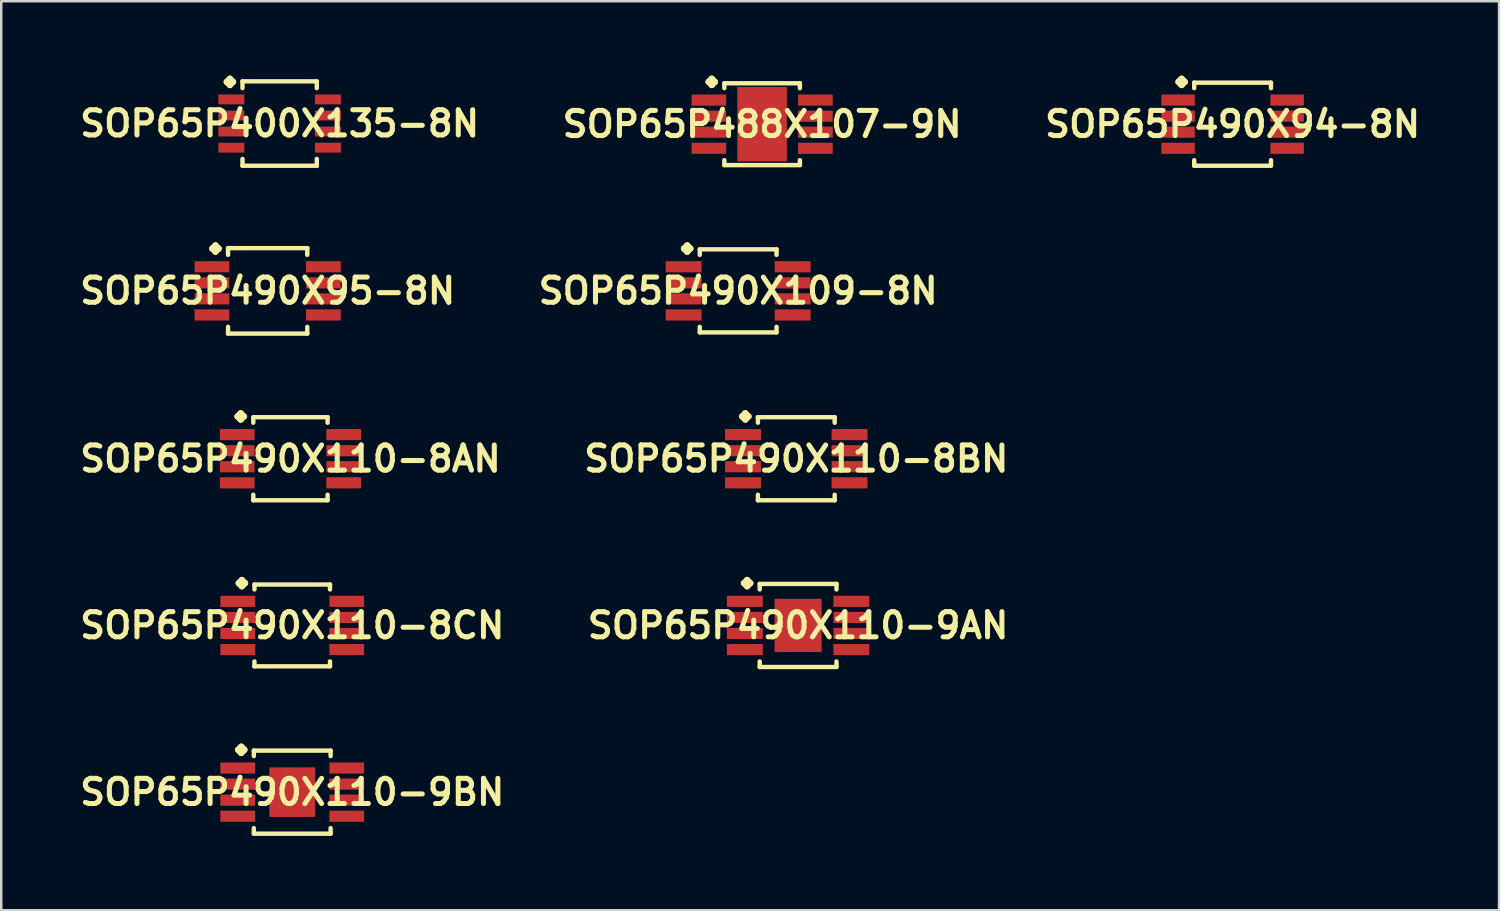
<source format=kicad_pcb>
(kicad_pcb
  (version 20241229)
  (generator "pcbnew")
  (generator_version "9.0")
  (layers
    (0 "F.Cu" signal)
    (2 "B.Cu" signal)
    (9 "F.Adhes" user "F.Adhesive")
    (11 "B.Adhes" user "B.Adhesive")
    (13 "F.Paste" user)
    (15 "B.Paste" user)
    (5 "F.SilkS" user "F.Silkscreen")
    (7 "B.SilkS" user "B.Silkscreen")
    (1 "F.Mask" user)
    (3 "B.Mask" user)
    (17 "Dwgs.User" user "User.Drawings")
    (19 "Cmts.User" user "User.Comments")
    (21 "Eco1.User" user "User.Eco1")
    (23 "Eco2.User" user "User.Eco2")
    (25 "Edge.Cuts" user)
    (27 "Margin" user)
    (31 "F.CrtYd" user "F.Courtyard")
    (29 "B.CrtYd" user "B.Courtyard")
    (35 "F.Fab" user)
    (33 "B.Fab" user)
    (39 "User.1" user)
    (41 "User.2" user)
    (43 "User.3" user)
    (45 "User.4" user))
  (footprint "SOP65P490X110-9AN"
    (layer "F.Cu")
    (at 29.155 22.188)
    (property "Reference" "SOP65P490X110-9AN" (at 0 0 0) (layer "F.SilkS") (effects (font (size 1.016 1.016) (thickness 0.203))))
    (attr smd)
    (fp_line (start -2.184 -1.707) (end -2.057 -1.834) (stroke (width 0.254) (type solid)) (layer "F.SilkS"))
    (fp_line (start -2.057 -1.834) (end -1.93 -1.707) (stroke (width 0.254) (type solid)) (layer "F.SilkS"))
    (fp_line (start -2.057 -1.58) (end -2.184 -1.707) (stroke (width 0.254) (type solid)) (layer "F.SilkS"))
    (fp_line (start -1.93 -1.707) (end -2.057 -1.58) (stroke (width 0.254) (type solid)) (layer "F.SilkS"))
    (fp_line (start -1.549 -1.676) (end 1.549 -1.676) (stroke (width 0.178) (type solid)) (layer "F.SilkS"))
    (fp_line (start -1.549 -1.453) (end -1.549 -1.676) (stroke (width 0.178) (type solid)) (layer "F.SilkS"))
    (fp_line (start -1.549 1.453) (end -1.549 1.676) (stroke (width 0.178) (type solid)) (layer "F.SilkS"))
    (fp_line (start -1.549 1.676) (end 1.549 1.676) (stroke (width 0.178) (type solid)) (layer "F.SilkS"))
    (fp_line (start 1.549 -1.676) (end 1.549 -1.453) (stroke (width 0.178) (type solid)) (layer "F.SilkS"))
    (fp_line (start 1.549 1.676) (end 1.549 1.453) (stroke (width 0.178) (type solid)) (layer "F.SilkS"))
    (pad "1" smd rect (at -2.149 -0.973) (size 1.448 0.45) (layers "F.Cu" "F.Mask" "F.Paste"))
    (pad "2" smd rect (at -2.149 -0.323) (size 1.448 0.45) (layers "F.Cu" "F.Mask" "F.Paste"))
    (pad "3" smd rect (at -2.149 0.323) (size 1.448 0.45) (layers "F.Cu" "F.Mask" "F.Paste"))
    (pad "4" smd rect (at -2.149 0.973) (size 1.448 0.45) (layers "F.Cu" "F.Mask" "F.Paste"))
    (pad "5" smd rect (at 2.149 0.973) (size 1.448 0.45) (layers "F.Cu" "F.Mask" "F.Paste"))
    (pad "6" smd rect (at 2.149 0.323) (size 1.448 0.45) (layers "F.Cu" "F.Mask" "F.Paste"))
    (pad "7" smd rect (at 2.149 -0.323) (size 1.448 0.45) (layers "F.Cu" "F.Mask" "F.Paste"))
    (pad "8" smd rect (at 2.149 -0.973) (size 1.448 0.45) (layers "F.Cu" "F.Mask" "F.Paste"))
    (pad "9" smd rect (at 0 0) (size 1.9 2.149) (layers "F.Cu" "F.Mask" "F.Paste")))
  (footprint "SOP65P490X110-8CN"
    (layer "F.Cu")
    (at 8.742 22.188)
    (property "Reference" "SOP65P490X110-8CN" (at 0 0 0) (layer "F.SilkS") (effects (font (size 1.016 1.016) (thickness 0.203))))
    (attr smd)
    (fp_line (start -2.159 -1.707) (end -2.032 -1.834) (stroke (width 0.254) (type solid)) (layer "F.SilkS"))
    (fp_line (start -2.032 -1.834) (end -1.905 -1.707) (stroke (width 0.254) (type solid)) (layer "F.SilkS"))
    (fp_line (start -2.032 -1.58) (end -2.159 -1.707) (stroke (width 0.254) (type solid)) (layer "F.SilkS"))
    (fp_line (start -1.905 -1.707) (end -2.032 -1.58) (stroke (width 0.254) (type solid)) (layer "F.SilkS"))
    (fp_line (start -1.524 -1.651) (end 1.524 -1.651) (stroke (width 0.178) (type solid)) (layer "F.SilkS"))
    (fp_line (start -1.524 -1.453) (end -1.524 -1.651) (stroke (width 0.178) (type solid)) (layer "F.SilkS"))
    (fp_line (start -1.524 1.453) (end -1.524 1.651) (stroke (width 0.178) (type solid)) (layer "F.SilkS"))
    (fp_line (start -1.524 1.651) (end 1.524 1.651) (stroke (width 0.178) (type solid)) (layer "F.SilkS"))
    (fp_line (start 1.524 -1.651) (end 1.524 -1.453) (stroke (width 0.178) (type solid)) (layer "F.SilkS"))
    (fp_line (start 1.524 1.651) (end 1.524 1.453) (stroke (width 0.178) (type solid)) (layer "F.SilkS"))
    (pad "1" smd rect (at -2.2 -0.973) (size 1.4 0.45) (layers "F.Cu" "F.Mask" "F.Paste"))
    (pad "2" smd rect (at -2.2 -0.323) (size 1.4 0.45) (layers "F.Cu" "F.Mask" "F.Paste"))
    (pad "3" smd rect (at -2.2 0.323) (size 1.4 0.45) (layers "F.Cu" "F.Mask" "F.Paste"))
    (pad "4" smd rect (at -2.2 0.973) (size 1.4 0.45) (layers "F.Cu" "F.Mask" "F.Paste"))
    (pad "5" smd rect (at 2.2 0.973) (size 1.4 0.45) (layers "F.Cu" "F.Mask" "F.Paste"))
    (pad "6" smd rect (at 2.2 0.323) (size 1.4 0.45) (layers "F.Cu" "F.Mask" "F.Paste"))
    (pad "7" smd rect (at 2.2 -0.323) (size 1.4 0.45) (layers "F.Cu" "F.Mask" "F.Paste"))
    (pad "8" smd rect (at 2.2 -0.973) (size 1.4 0.45) (layers "F.Cu" "F.Mask" "F.Paste")))
  (footprint "SOP65P490X110-9BN"
    (layer "F.Cu")
    (at 8.742 28.914)
    (property "Reference" "SOP65P490X110-9BN" (at 0 0 0) (layer "F.SilkS") (effects (font (size 1.016 1.016) (thickness 0.203))))
    (attr smd)
    (fp_line (start -2.184 -1.707) (end -2.057 -1.834) (stroke (width 0.254) (type solid)) (layer "F.SilkS"))
    (fp_line (start -2.057 -1.834) (end -1.93 -1.707) (stroke (width 0.254) (type solid)) (layer "F.SilkS"))
    (fp_line (start -2.057 -1.58) (end -2.184 -1.707) (stroke (width 0.254) (type solid)) (layer "F.SilkS"))
    (fp_line (start -1.93 -1.707) (end -2.057 -1.58) (stroke (width 0.254) (type solid)) (layer "F.SilkS"))
    (fp_line (start -1.549 -1.676) (end 1.549 -1.676) (stroke (width 0.178) (type solid)) (layer "F.SilkS"))
    (fp_line (start -1.549 -1.453) (end -1.549 -1.676) (stroke (width 0.178) (type solid)) (layer "F.SilkS"))
    (fp_line (start -1.549 1.453) (end -1.549 1.676) (stroke (width 0.178) (type solid)) (layer "F.SilkS"))
    (fp_line (start -1.549 1.676) (end 1.549 1.676) (stroke (width 0.178) (type solid)) (layer "F.SilkS"))
    (fp_line (start 1.549 -1.676) (end 1.549 -1.453) (stroke (width 0.178) (type solid)) (layer "F.SilkS"))
    (fp_line (start 1.549 1.676) (end 1.549 1.453) (stroke (width 0.178) (type solid)) (layer "F.SilkS"))
    (pad "1" smd rect (at -2.2 -0.973) (size 1.4 0.45) (layers "F.Cu" "F.Mask" "F.Paste"))
    (pad "2" smd rect (at -2.2 -0.323) (size 1.4 0.45) (layers "F.Cu" "F.Mask" "F.Paste"))
    (pad "3" smd rect (at -2.2 0.323) (size 1.4 0.45) (layers "F.Cu" "F.Mask" "F.Paste"))
    (pad "4" smd rect (at -2.2 0.973) (size 1.4 0.45) (layers "F.Cu" "F.Mask" "F.Paste"))
    (pad "5" smd rect (at 2.2 0.973) (size 1.4 0.45) (layers "F.Cu" "F.Mask" "F.Paste"))
    (pad "6" smd rect (at 2.2 0.323) (size 1.4 0.45) (layers "F.Cu" "F.Mask" "F.Paste"))
    (pad "7" smd rect (at 2.2 -0.323) (size 1.4 0.45) (layers "F.Cu" "F.Mask" "F.Paste"))
    (pad "8" smd rect (at 2.2 -0.973) (size 1.4 0.45) (layers "F.Cu" "F.Mask" "F.Paste"))
    (pad "9" smd rect (at 0 0) (size 1.849 1.999) (layers "F.Cu" "F.Mask" "F.Paste")))
  (footprint "SOP65P490X110-8BN"
    (layer "F.Cu")
    (at 29.082 15.461)
    (property "Reference" "SOP65P490X110-8BN" (at 0 0 0) (layer "F.SilkS") (effects (font (size 1.016 1.016) (thickness 0.203))))
    (attr smd)
    (fp_line (start -2.184 -1.707) (end -2.057 -1.834) (stroke (width 0.254) (type solid)) (layer "F.SilkS"))
    (fp_line (start -2.057 -1.834) (end -1.93 -1.707) (stroke (width 0.254) (type solid)) (layer "F.SilkS"))
    (fp_line (start -2.057 -1.58) (end -2.184 -1.707) (stroke (width 0.254) (type solid)) (layer "F.SilkS"))
    (fp_line (start -1.93 -1.707) (end -2.057 -1.58) (stroke (width 0.254) (type solid)) (layer "F.SilkS"))
    (fp_line (start -1.549 -1.676) (end 1.549 -1.676) (stroke (width 0.178) (type solid)) (layer "F.SilkS"))
    (fp_line (start -1.549 -1.453) (end -1.549 -1.676) (stroke (width 0.178) (type solid)) (layer "F.SilkS"))
    (fp_line (start -1.549 1.453) (end -1.549 1.676) (stroke (width 0.178) (type solid)) (layer "F.SilkS"))
    (fp_line (start -1.549 1.676) (end 1.549 1.676) (stroke (width 0.178) (type solid)) (layer "F.SilkS"))
    (fp_line (start 1.549 -1.676) (end 1.549 -1.453) (stroke (width 0.178) (type solid)) (layer "F.SilkS"))
    (fp_line (start 1.549 1.676) (end 1.549 1.453) (stroke (width 0.178) (type solid)) (layer "F.SilkS"))
    (pad "1" smd rect (at -2.149 -0.973) (size 1.448 0.45) (layers "F.Cu" "F.Mask" "F.Paste"))
    (pad "2" smd rect (at -2.149 -0.323) (size 1.448 0.45) (layers "F.Cu" "F.Mask" "F.Paste"))
    (pad "3" smd rect (at -2.149 0.323) (size 1.448 0.45) (layers "F.Cu" "F.Mask" "F.Paste"))
    (pad "4" smd rect (at -2.149 0.973) (size 1.448 0.45) (layers "F.Cu" "F.Mask" "F.Paste"))
    (pad "5" smd rect (at 2.149 0.973) (size 1.448 0.45) (layers "F.Cu" "F.Mask" "F.Paste"))
    (pad "6" smd rect (at 2.149 0.323) (size 1.448 0.45) (layers "F.Cu" "F.Mask" "F.Paste"))
    (pad "7" smd rect (at 2.149 -0.323) (size 1.448 0.45) (layers "F.Cu" "F.Mask" "F.Paste"))
    (pad "8" smd rect (at 2.149 -0.973) (size 1.448 0.45) (layers "F.Cu" "F.Mask" "F.Paste")))
  (footprint "SOP65P490X95-8N"
    (layer "F.Cu")
    (at 7.751 8.687)
    (property "Reference" "SOP65P490X95-8N" (at 0 0 0) (layer "F.SilkS") (effects (font (size 1.016 1.016) (thickness 0.203))))
    (attr smd)
    (fp_line (start -2.233 -1.707) (end -2.106 -1.834) (stroke (width 0.254) (type solid)) (layer "F.SilkS"))
    (fp_line (start -2.106 -1.834) (end -1.979 -1.707) (stroke (width 0.254) (type solid)) (layer "F.SilkS"))
    (fp_line (start -2.106 -1.58) (end -2.233 -1.707) (stroke (width 0.254) (type solid)) (layer "F.SilkS"))
    (fp_line (start -1.979 -1.707) (end -2.106 -1.58) (stroke (width 0.254) (type solid)) (layer "F.SilkS"))
    (fp_line (start -1.598 -1.725) (end 1.598 -1.725) (stroke (width 0.178) (type solid)) (layer "F.SilkS"))
    (fp_line (start -1.598 -1.453) (end -1.598 -1.725) (stroke (width 0.178) (type solid)) (layer "F.SilkS"))
    (fp_line (start -1.598 1.453) (end -1.598 1.725) (stroke (width 0.178) (type solid)) (layer "F.SilkS"))
    (fp_line (start -1.598 1.725) (end 1.598 1.725) (stroke (width 0.178) (type solid)) (layer "F.SilkS"))
    (fp_line (start 1.598 -1.725) (end 1.598 -1.453) (stroke (width 0.178) (type solid)) (layer "F.SilkS"))
    (fp_line (start 1.598 1.725) (end 1.598 1.453) (stroke (width 0.178) (type solid)) (layer "F.SilkS"))
    (pad "1" smd rect (at -2.248 -0.973) (size 1.4 0.45) (layers "F.Cu" "F.Mask" "F.Paste"))
    (pad "2" smd rect (at -2.248 -0.323) (size 1.4 0.45) (layers "F.Cu" "F.Mask" "F.Paste"))
    (pad "3" smd rect (at -2.248 0.323) (size 1.4 0.45) (layers "F.Cu" "F.Mask" "F.Paste"))
    (pad "4" smd rect (at -2.248 0.973) (size 1.4 0.45) (layers "F.Cu" "F.Mask" "F.Paste"))
    (pad "5" smd rect (at 2.248 0.973) (size 1.4 0.45) (layers "F.Cu" "F.Mask" "F.Paste"))
    (pad "6" smd rect (at 2.248 0.323) (size 1.4 0.45) (layers "F.Cu" "F.Mask" "F.Paste"))
    (pad "7" smd rect (at 2.248 -0.323) (size 1.4 0.45) (layers "F.Cu" "F.Mask" "F.Paste"))
    (pad "8" smd rect (at 2.248 -0.973) (size 1.4 0.45) (layers "F.Cu" "F.Mask" "F.Paste")))
  (footprint "SOP65P490X109-8N"
    (layer "F.Cu")
    (at 26.736 8.687)
    (property "Reference" "SOP65P490X109-8N" (at 0 0 0) (layer "F.SilkS") (effects (font (size 1.016 1.016) (thickness 0.203))))
    (attr smd)
    (fp_line (start -2.184 -1.707) (end -2.057 -1.834) (stroke (width 0.254) (type solid)) (layer "F.SilkS"))
    (fp_line (start -2.057 -1.834) (end -1.93 -1.707) (stroke (width 0.254) (type solid)) (layer "F.SilkS"))
    (fp_line (start -2.057 -1.58) (end -2.184 -1.707) (stroke (width 0.254) (type solid)) (layer "F.SilkS"))
    (fp_line (start -1.93 -1.707) (end -2.057 -1.58) (stroke (width 0.254) (type solid)) (layer "F.SilkS"))
    (fp_line (start -1.549 -1.676) (end 1.549 -1.676) (stroke (width 0.178) (type solid)) (layer "F.SilkS"))
    (fp_line (start -1.549 -1.453) (end -1.549 -1.676) (stroke (width 0.178) (type solid)) (layer "F.SilkS"))
    (fp_line (start -1.549 1.453) (end -1.549 1.676) (stroke (width 0.178) (type solid)) (layer "F.SilkS"))
    (fp_line (start -1.549 1.676) (end 1.549 1.676) (stroke (width 0.178) (type solid)) (layer "F.SilkS"))
    (fp_line (start 1.549 -1.676) (end 1.549 -1.453) (stroke (width 0.178) (type solid)) (layer "F.SilkS"))
    (fp_line (start 1.549 1.676) (end 1.549 1.453) (stroke (width 0.178) (type solid)) (layer "F.SilkS"))
    (pad "1" smd rect (at -2.2 -0.973) (size 1.448 0.45) (layers "F.Cu" "F.Mask" "F.Paste"))
    (pad "2" smd rect (at -2.2 -0.323) (size 1.448 0.45) (layers "F.Cu" "F.Mask" "F.Paste"))
    (pad "3" smd rect (at -2.2 0.323) (size 1.448 0.45) (layers "F.Cu" "F.Mask" "F.Paste"))
    (pad "4" smd rect (at -2.2 0.973) (size 1.448 0.45) (layers "F.Cu" "F.Mask" "F.Paste"))
    (pad "5" smd rect (at 2.2 0.973) (size 1.448 0.45) (layers "F.Cu" "F.Mask" "F.Paste"))
    (pad "6" smd rect (at 2.2 0.323) (size 1.448 0.45) (layers "F.Cu" "F.Mask" "F.Paste"))
    (pad "7" smd rect (at 2.2 -0.323) (size 1.448 0.45) (layers "F.Cu" "F.Mask" "F.Paste"))
    (pad "8" smd rect (at 2.2 -0.973) (size 1.448 0.45) (layers "F.Cu" "F.Mask" "F.Paste")))
  (footprint "SOP65P490X94-8N"
    (layer "F.Cu")
    (at 46.688 1.961)
    (property "Reference" "SOP65P490X94-8N" (at 0 0 0) (layer "F.SilkS") (effects (font (size 1.016 1.016) (thickness 0.203))))
    (attr smd)
    (fp_line (start -2.184 -1.707) (end -2.057 -1.834) (stroke (width 0.254) (type solid)) (layer "F.SilkS"))
    (fp_line (start -2.057 -1.834) (end -1.93 -1.707) (stroke (width 0.254) (type solid)) (layer "F.SilkS"))
    (fp_line (start -2.057 -1.58) (end -2.184 -1.707) (stroke (width 0.254) (type solid)) (layer "F.SilkS"))
    (fp_line (start -1.93 -1.707) (end -2.057 -1.58) (stroke (width 0.254) (type solid)) (layer "F.SilkS"))
    (fp_line (start -1.549 -1.676) (end 1.549 -1.676) (stroke (width 0.178) (type solid)) (layer "F.SilkS"))
    (fp_line (start -1.549 -1.453) (end -1.549 -1.676) (stroke (width 0.178) (type solid)) (layer "F.SilkS"))
    (fp_line (start -1.549 1.453) (end -1.549 1.676) (stroke (width 0.178) (type solid)) (layer "F.SilkS"))
    (fp_line (start -1.549 1.676) (end 1.549 1.676) (stroke (width 0.178) (type solid)) (layer "F.SilkS"))
    (fp_line (start 1.549 -1.676) (end 1.549 -1.453) (stroke (width 0.178) (type solid)) (layer "F.SilkS"))
    (fp_line (start 1.549 1.676) (end 1.549 1.453) (stroke (width 0.178) (type solid)) (layer "F.SilkS"))
    (pad "1" smd rect (at -2.2 -0.973) (size 1.349 0.45) (layers "F.Cu" "F.Mask" "F.Paste"))
    (pad "2" smd rect (at -2.2 -0.323) (size 1.349 0.45) (layers "F.Cu" "F.Mask" "F.Paste"))
    (pad "3" smd rect (at -2.2 0.323) (size 1.349 0.45) (layers "F.Cu" "F.Mask" "F.Paste"))
    (pad "4" smd rect (at -2.2 0.973) (size 1.349 0.45) (layers "F.Cu" "F.Mask" "F.Paste"))
    (pad "5" smd rect (at 2.2 0.973) (size 1.349 0.45) (layers "F.Cu" "F.Mask" "F.Paste"))
    (pad "6" smd rect (at 2.2 0.323) (size 1.349 0.45) (layers "F.Cu" "F.Mask" "F.Paste"))
    (pad "7" smd rect (at 2.2 -0.323) (size 1.349 0.45) (layers "F.Cu" "F.Mask" "F.Paste"))
    (pad "8" smd rect (at 2.2 -0.973) (size 1.349 0.45) (layers "F.Cu" "F.Mask" "F.Paste")))
  (footprint "SOP65P488X107-9N"
    (layer "F.Cu")
    (at 27.703 1.961)
    (property "Reference" "SOP65P488X107-9N" (at 0 0 0) (layer "F.SilkS") (effects (font (size 1.016 1.016) (thickness 0.203))))
    (attr smd)
    (fp_line (start -2.159 -1.707) (end -2.032 -1.834) (stroke (width 0.254) (type solid)) (layer "F.SilkS"))
    (fp_line (start -2.032 -1.834) (end -1.905 -1.707) (stroke (width 0.254) (type solid)) (layer "F.SilkS"))
    (fp_line (start -2.032 -1.58) (end -2.159 -1.707) (stroke (width 0.254) (type solid)) (layer "F.SilkS"))
    (fp_line (start -1.905 -1.707) (end -2.032 -1.58) (stroke (width 0.254) (type solid)) (layer "F.SilkS"))
    (fp_line (start -1.524 -1.651) (end 1.524 -1.651) (stroke (width 0.178) (type solid)) (layer "F.SilkS"))
    (fp_line (start -1.524 -1.453) (end -1.524 -1.651) (stroke (width 0.178) (type solid)) (layer "F.SilkS"))
    (fp_line (start -1.524 1.453) (end -1.524 1.651) (stroke (width 0.178) (type solid)) (layer "F.SilkS"))
    (fp_line (start -1.524 1.651) (end 1.524 1.651) (stroke (width 0.178) (type solid)) (layer "F.SilkS"))
    (fp_line (start 1.524 -1.651) (end 1.524 -1.453) (stroke (width 0.178) (type solid)) (layer "F.SilkS"))
    (fp_line (start 1.524 1.651) (end 1.524 1.453) (stroke (width 0.178) (type solid)) (layer "F.SilkS"))
    (pad "1" smd rect (at -2.149 -0.973) (size 1.4 0.45) (layers "F.Cu" "F.Mask" "F.Paste"))
    (pad "2" smd rect (at -2.149 -0.323) (size 1.4 0.45) (layers "F.Cu" "F.Mask" "F.Paste"))
    (pad "3" smd rect (at -2.149 0.323) (size 1.4 0.45) (layers "F.Cu" "F.Mask" "F.Paste"))
    (pad "4" smd rect (at -2.149 0.973) (size 1.4 0.45) (layers "F.Cu" "F.Mask" "F.Paste"))
    (pad "5" smd rect (at 2.149 0.973) (size 1.4 0.45) (layers "F.Cu" "F.Mask" "F.Paste"))
    (pad "6" smd rect (at 2.149 0.323) (size 1.4 0.45) (layers "F.Cu" "F.Mask" "F.Paste"))
    (pad "7" smd rect (at 2.149 -0.323) (size 1.4 0.45) (layers "F.Cu" "F.Mask" "F.Paste"))
    (pad "8" smd rect (at 2.149 -0.973) (size 1.4 0.45) (layers "F.Cu" "F.Mask" "F.Paste"))
    (pad "9" smd rect (at 0 0) (size 1.999 3) (layers "F.Cu" "F.Mask" "F.Paste")))
  (footprint "SOP65P490X110-8AN"
    (layer "F.Cu")
    (at 8.67 15.461)
    (property "Reference" "SOP65P490X110-8AN" (at 0 0 0) (layer "F.SilkS") (effects (font (size 1.016 1.016) (thickness 0.203))))
    (attr smd)
    (fp_line (start -2.134 -1.707) (end -2.007 -1.834) (stroke (width 0.254) (type solid)) (layer "F.SilkS"))
    (fp_line (start -2.007 -1.834) (end -1.88 -1.707) (stroke (width 0.254) (type solid)) (layer "F.SilkS"))
    (fp_line (start -2.007 -1.58) (end -2.134 -1.707) (stroke (width 0.254) (type solid)) (layer "F.SilkS"))
    (fp_line (start -1.88 -1.707) (end -2.007 -1.58) (stroke (width 0.254) (type solid)) (layer "F.SilkS"))
    (fp_line (start -1.499 -1.676) (end 1.499 -1.676) (stroke (width 0.178) (type solid)) (layer "F.SilkS"))
    (fp_line (start -1.499 -1.453) (end -1.499 -1.676) (stroke (width 0.178) (type solid)) (layer "F.SilkS"))
    (fp_line (start -1.499 1.453) (end -1.499 1.676) (stroke (width 0.178) (type solid)) (layer "F.SilkS"))
    (fp_line (start -1.499 1.676) (end 1.499 1.676) (stroke (width 0.178) (type solid)) (layer "F.SilkS"))
    (fp_line (start 1.499 -1.676) (end 1.499 -1.453) (stroke (width 0.178) (type solid)) (layer "F.SilkS"))
    (fp_line (start 1.499 1.676) (end 1.499 1.453) (stroke (width 0.178) (type solid)) (layer "F.SilkS"))
    (pad "1" smd rect (at -2.149 -0.973) (size 1.4 0.45) (layers "F.Cu" "F.Mask" "F.Paste"))
    (pad "2" smd rect (at -2.149 -0.323) (size 1.4 0.45) (layers "F.Cu" "F.Mask" "F.Paste"))
    (pad "3" smd rect (at -2.149 0.323) (size 1.4 0.45) (layers "F.Cu" "F.Mask" "F.Paste"))
    (pad "4" smd rect (at -2.149 0.973) (size 1.4 0.45) (layers "F.Cu" "F.Mask" "F.Paste"))
    (pad "5" smd rect (at 2.149 0.973) (size 1.4 0.45) (layers "F.Cu" "F.Mask" "F.Paste"))
    (pad "6" smd rect (at 2.149 0.323) (size 1.4 0.45) (layers "F.Cu" "F.Mask" "F.Paste"))
    (pad "7" smd rect (at 2.149 -0.323) (size 1.4 0.45) (layers "F.Cu" "F.Mask" "F.Paste"))
    (pad "8" smd rect (at 2.149 -0.973) (size 1.4 0.45) (layers "F.Cu" "F.Mask" "F.Paste")))
  (footprint "SOP65P400X135-8N"
    (layer "F.Cu")
    (at 8.234 1.935)
    (property "Reference" "SOP65P400X135-8N" (at 0 0 0) (layer "F.SilkS") (effects (font (size 1.016 1.016) (thickness 0.203))))
    (attr smd)
    (fp_line (start -2.134 -1.681) (end -2.007 -1.808) (stroke (width 0.254) (type solid)) (layer "F.SilkS"))
    (fp_line (start -2.007 -1.808) (end -1.88 -1.681) (stroke (width 0.254) (type solid)) (layer "F.SilkS"))
    (fp_line (start -2.007 -1.554) (end -2.134 -1.681) (stroke (width 0.254) (type solid)) (layer "F.SilkS"))
    (fp_line (start -1.88 -1.681) (end -2.007 -1.554) (stroke (width 0.254) (type solid)) (layer "F.SilkS"))
    (fp_line (start -1.499 -1.702) (end 1.499 -1.702) (stroke (width 0.178) (type solid)) (layer "F.SilkS"))
    (fp_line (start -1.499 -1.427) (end -1.499 -1.702) (stroke (width 0.178) (type solid)) (layer "F.SilkS"))
    (fp_line (start -1.499 1.427) (end -1.499 1.702) (stroke (width 0.178) (type solid)) (layer "F.SilkS"))
    (fp_line (start -1.499 1.702) (end 1.499 1.702) (stroke (width 0.178) (type solid)) (layer "F.SilkS"))
    (fp_line (start 1.499 -1.702) (end 1.499 -1.427) (stroke (width 0.178) (type solid)) (layer "F.SilkS"))
    (fp_line (start 1.499 1.702) (end 1.499 1.427) (stroke (width 0.178) (type solid)) (layer "F.SilkS"))
    (pad "1" smd rect (at -1.948 -0.973) (size 1.049 0.399) (layers "F.Cu" "F.Mask" "F.Paste"))
    (pad "2" smd rect (at -1.948 -0.323) (size 1.049 0.399) (layers "F.Cu" "F.Mask" "F.Paste"))
    (pad "3" smd rect (at -1.948 0.323) (size 1.049 0.399) (layers "F.Cu" "F.Mask" "F.Paste"))
    (pad "4" smd rect (at -1.948 0.973) (size 1.049 0.399) (layers "F.Cu" "F.Mask" "F.Paste"))
    (pad "5" smd rect (at 1.948 0.973) (size 1.049 0.399) (layers "F.Cu" "F.Mask" "F.Paste"))
    (pad "6" smd rect (at 1.948 0.323) (size 1.049 0.399) (layers "F.Cu" "F.Mask" "F.Paste"))
    (pad "7" smd rect (at 1.948 -0.323) (size 1.049 0.399) (layers "F.Cu" "F.Mask" "F.Paste"))
    (pad "8" smd rect (at 1.948 -0.973) (size 1.049 0.399) (layers "F.Cu" "F.Mask" "F.Paste")))
  (gr_rect
    (start -3 -3)
    (end 57.439 33.679)
    (stroke (width 0.1) (type default))
    (fill no)
    (layer "Edge.Cuts")))
</source>
